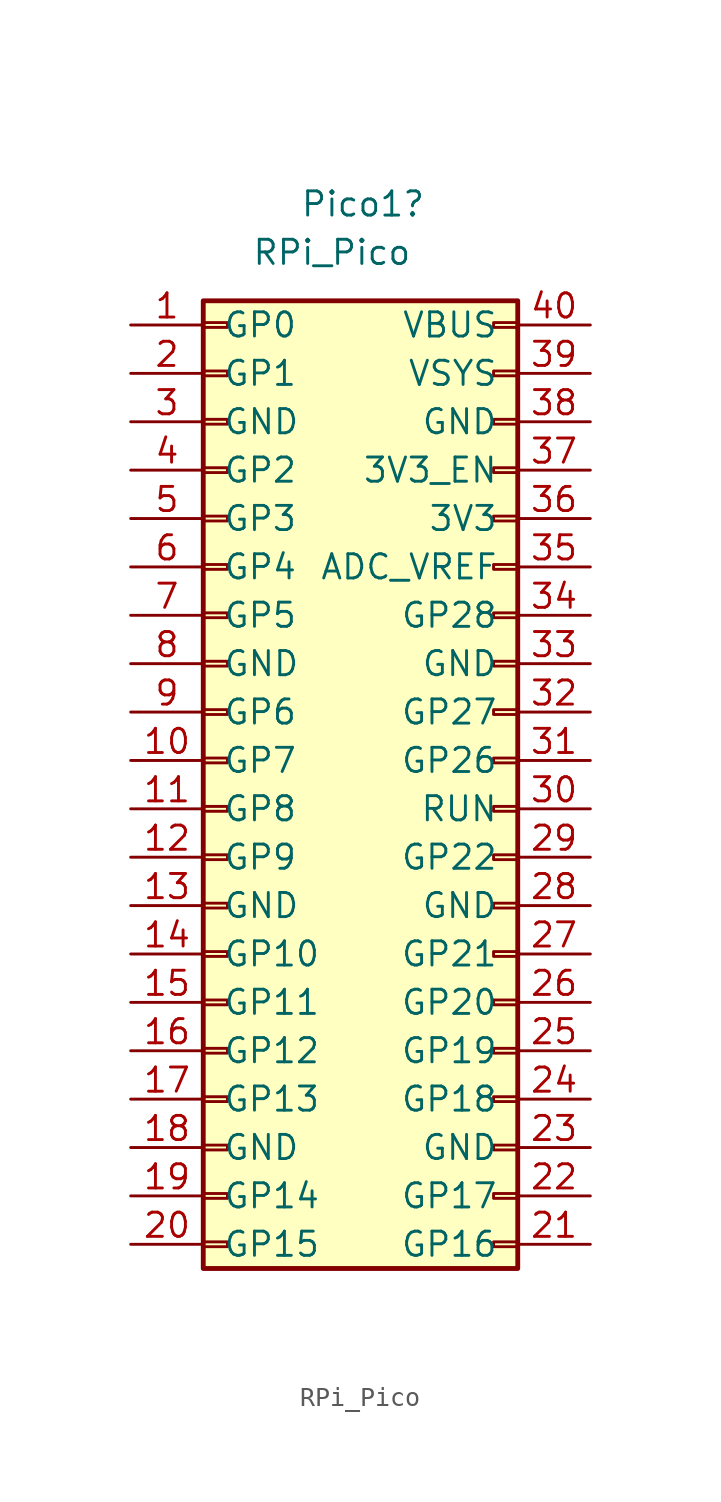
<source format=kicad_sym>
(kicad_symbol_lib
  (version 20211014)
  (generator kicad_symbol_editor)
  (symbol "RPi_Pico"
    (pin_names
      (offset 1.016))
    (property "Reference" "Pico1"
      (at -2.54 29.21 0)
      (effects (font (size 1.27 1.27)) (justify left)))
    (property "Value" "RPi_Pico"
      (at -5.08 26.67 0)
      (effects (font (size 1.27 1.27)) (justify left)))
    (symbol "RPi_Pico_1_1"
      (rectangle (start -7.62 -25.273) (end -6.35 -25.527) (stroke (width 0.152) (type default) (color 0 0 0 0)) (fill (type none)))
      (rectangle (start -7.62 -22.733) (end -6.35 -22.987) (stroke (width 0.152) (type default) (color 0 0 0 0)) (fill (type none)))
      (rectangle (start -7.62 -20.193) (end -6.35 -20.447) (stroke (width 0.152) (type default) (color 0 0 0 0)) (fill (type none)))
      (rectangle (start -7.62 -17.653) (end -6.35 -17.907) (stroke (width 0.152) (type default) (color 0 0 0 0)) (fill (type none)))
      (rectangle (start -7.62 -15.113) (end -6.35 -15.367) (stroke (width 0.152) (type default) (color 0 0 0 0)) (fill (type none)))
      (rectangle (start -7.62 -12.573) (end -6.35 -12.827) (stroke (width 0.152) (type default) (color 0 0 0 0)) (fill (type none)))
      (rectangle (start -7.62 -10.033) (end -6.35 -10.287) (stroke (width 0.152) (type default) (color 0 0 0 0)) (fill (type none)))
      (rectangle (start -7.62 -7.493) (end -6.35 -7.747) (stroke (width 0.152) (type default) (color 0 0 0 0)) (fill (type none)))
      (rectangle (start -7.62 -4.953) (end -6.35 -5.207) (stroke (width 0.152) (type default) (color 0 0 0 0)) (fill (type none)))
      (rectangle (start -7.62 -2.413) (end -6.35 -2.667) (stroke (width 0.152) (type default) (color 0 0 0 0)) (fill (type none)))
      (rectangle (start -7.62 0.127) (end -6.35 -0.127) (stroke (width 0.152) (type default) (color 0 0 0 0)) (fill (type none)))
      (rectangle (start -7.62 2.667) (end -6.35 2.413) (stroke (width 0.152) (type default) (color 0 0 0 0)) (fill (type none)))
      (rectangle (start -7.62 5.207) (end -6.35 4.953) (stroke (width 0.152) (type default) (color 0 0 0 0)) (fill (type none)))
      (rectangle (start -7.62 7.747) (end -6.35 7.493) (stroke (width 0.152) (type default) (color 0 0 0 0)) (fill (type none)))
      (rectangle (start -7.62 10.287) (end -6.35 10.033) (stroke (width 0.152) (type default) (color 0 0 0 0)) (fill (type none)))
      (rectangle (start -7.62 12.827) (end -6.35 12.573) (stroke (width 0.152) (type default) (color 0 0 0 0)) (fill (type none)))
      (rectangle (start -7.62 15.367) (end -6.35 15.113) (stroke (width 0.152) (type default) (color 0 0 0 0)) (fill (type none)))
      (rectangle (start -7.62 17.907) (end -6.35 17.653) (stroke (width 0.152) (type default) (color 0 0 0 0)) (fill (type none)))
      (rectangle (start -7.62 20.447) (end -6.35 20.193) (stroke (width 0.152) (type default) (color 0 0 0 0)) (fill (type none)))
      (rectangle (start -7.62 22.987) (end -6.35 22.733) (stroke (width 0.152) (type default) (color 0 0 0 0)) (fill (type none)))
      (rectangle (start -7.62 24.13) (end 8.89 -26.67) (stroke (width 0.254) (type default) (color 0 0 0 0)) (fill (type background)))
      (rectangle (start 7.62 -25.527) (end 8.89 -25.273) (stroke (width 0.152) (type default) (color 0 0 0 0)) (fill (type none)))
      (rectangle (start 7.62 -22.987) (end 8.89 -22.733) (stroke (width 0.152) (type default) (color 0 0 0 0)) (fill (type none)))
      (rectangle (start 7.62 -20.447) (end 8.89 -20.193) (stroke (width 0.152) (type default) (color 0 0 0 0)) (fill (type none)))
      (rectangle (start 7.62 -17.907) (end 8.89 -17.653) (stroke (width 0.152) (type default) (color 0 0 0 0)) (fill (type none)))
      (rectangle (start 7.62 -15.367) (end 8.89 -15.113) (stroke (width 0.152) (type default) (color 0 0 0 0)) (fill (type none)))
      (rectangle (start 7.62 -12.827) (end 8.89 -12.573) (stroke (width 0.152) (type default) (color 0 0 0 0)) (fill (type none)))
      (rectangle (start 7.62 -10.287) (end 8.89 -10.033) (stroke (width 0.152) (type default) (color 0 0 0 0)) (fill (type none)))
      (rectangle (start 7.62 -7.747) (end 8.89 -7.493) (stroke (width 0.152) (type default) (color 0 0 0 0)) (fill (type none)))
      (rectangle (start 7.62 -5.207) (end 8.89 -4.953) (stroke (width 0.152) (type default) (color 0 0 0 0)) (fill (type none)))
      (rectangle (start 7.62 -2.667) (end 8.89 -2.413) (stroke (width 0.152) (type default) (color 0 0 0 0)) (fill (type none)))
      (rectangle (start 7.62 -0.127) (end 8.89 0.127) (stroke (width 0.152) (type default) (color 0 0 0 0)) (fill (type none)))
      (rectangle (start 7.62 2.413) (end 8.89 2.667) (stroke (width 0.152) (type default) (color 0 0 0 0)) (fill (type none)))
      (rectangle (start 7.62 4.953) (end 8.89 5.207) (stroke (width 0.152) (type default) (color 0 0 0 0)) (fill (type none)))
      (rectangle (start 7.62 7.493) (end 8.89 7.747) (stroke (width 0.152) (type default) (color 0 0 0 0)) (fill (type none)))
      (rectangle (start 7.62 10.033) (end 8.89 10.287) (stroke (width 0.152) (type default) (color 0 0 0 0)) (fill (type none)))
      (rectangle (start 7.62 12.573) (end 8.89 12.827) (stroke (width 0.152) (type default) (color 0 0 0 0)) (fill (type none)))
      (rectangle (start 7.62 15.113) (end 8.89 15.367) (stroke (width 0.152) (type default) (color 0 0 0 0)) (fill (type none)))
      (rectangle (start 7.62 17.653) (end 8.89 17.907) (stroke (width 0.152) (type default) (color 0 0 0 0)) (fill (type none)))
      (rectangle (start 7.62 20.193) (end 8.89 20.447) (stroke (width 0.152) (type default) (color 0 0 0 0)) (fill (type none)))
      (rectangle (start 7.62 22.733) (end 8.89 22.987) (stroke (width 0.152) (type default) (color 0 0 0 0)) (fill (type none)))
      (pin passive line (at -11.43 22.86 0) (length 3.81) (name "GP0" (effects (font (size 1.27 1.27)))) (number "1" (effects (font (size 1.27 1.27)))))
      (pin passive line (at -11.43 0 0) (length 3.81) (name "GP7" (effects (font (size 1.27 1.27)))) (number "10" (effects (font (size 1.27 1.27)))))
      (pin passive line (at -11.43 -2.54 0) (length 3.81) (name "GP8" (effects (font (size 1.27 1.27)))) (number "11" (effects (font (size 1.27 1.27)))))
      (pin passive line (at -11.43 -5.08 0) (length 3.81) (name "GP9" (effects (font (size 1.27 1.27)))) (number "12" (effects (font (size 1.27 1.27)))))
      (pin passive line (at -11.43 -7.62 0) (length 3.81) (name "GND" (effects (font (size 1.27 1.27)))) (number "13" (effects (font (size 1.27 1.27)))))
      (pin passive line (at -11.43 -10.16 0) (length 3.81) (name "GP10" (effects (font (size 1.27 1.27)))) (number "14" (effects (font (size 1.27 1.27)))))
      (pin passive line (at -11.43 -12.7 0) (length 3.81) (name "GP11" (effects (font (size 1.27 1.27)))) (number "15" (effects (font (size 1.27 1.27)))))
      (pin passive line (at -11.43 -15.24 0) (length 3.81) (name "GP12" (effects (font (size 1.27 1.27)))) (number "16" (effects (font (size 1.27 1.27)))))
      (pin passive line (at -11.43 -17.78 0) (length 3.81) (name "GP13" (effects (font (size 1.27 1.27)))) (number "17" (effects (font (size 1.27 1.27)))))
      (pin passive line (at -11.43 -20.32 0) (length 3.81) (name "GND" (effects (font (size 1.27 1.27)))) (number "18" (effects (font (size 1.27 1.27)))))
      (pin passive line (at -11.43 -22.86 0) (length 3.81) (name "GP14" (effects (font (size 1.27 1.27)))) (number "19" (effects (font (size 1.27 1.27)))))
      (pin passive line (at -11.43 20.32 0) (length 3.81) (name "GP1" (effects (font (size 1.27 1.27)))) (number "2" (effects (font (size 1.27 1.27)))))
      (pin passive line (at -11.43 -25.4 0) (length 3.81) (name "GP15" (effects (font (size 1.27 1.27)))) (number "20" (effects (font (size 1.27 1.27)))))
      (pin passive line (at 12.7 -25.4 180) (length 3.81) (name "GP16" (effects (font (size 1.27 1.27)))) (number "21" (effects (font (size 1.27 1.27)))))
      (pin passive line (at 12.7 -22.86 180) (length 3.81) (name "GP17" (effects (font (size 1.27 1.27)))) (number "22" (effects (font (size 1.27 1.27)))))
      (pin passive line (at 12.7 -20.32 180) (length 3.81) (name "GND" (effects (font (size 1.27 1.27)))) (number "23" (effects (font (size 1.27 1.27)))))
      (pin passive line (at 12.7 -17.78 180) (length 3.81) (name "GP18" (effects (font (size 1.27 1.27)))) (number "24" (effects (font (size 1.27 1.27)))))
      (pin passive line (at 12.7 -15.24 180) (length 3.81) (name "GP19" (effects (font (size 1.27 1.27)))) (number "25" (effects (font (size 1.27 1.27)))))
      (pin passive line (at 12.7 -12.7 180) (length 3.81) (name "GP20" (effects (font (size 1.27 1.27)))) (number "26" (effects (font (size 1.27 1.27)))))
      (pin passive line (at 12.7 -10.16 180) (length 3.81) (name "GP21" (effects (font (size 1.27 1.27)))) (number "27" (effects (font (size 1.27 1.27)))))
      (pin passive line (at 12.7 -7.62 180) (length 3.81) (name "GND" (effects (font (size 1.27 1.27)))) (number "28" (effects (font (size 1.27 1.27)))))
      (pin passive line (at 12.7 -5.08 180) (length 3.81) (name "GP22" (effects (font (size 1.27 1.27)))) (number "29" (effects (font (size 1.27 1.27)))))
      (pin passive line (at -11.43 17.78 0) (length 3.81) (name "GND" (effects (font (size 1.27 1.27)))) (number "3" (effects (font (size 1.27 1.27)))))
      (pin passive line (at 12.7 -2.54 180) (length 3.81) (name "RUN" (effects (font (size 1.27 1.27)))) (number "30" (effects (font (size 1.27 1.27)))))
      (pin passive line (at 12.7 0 180) (length 3.81) (name "GP26" (effects (font (size 1.27 1.27)))) (number "31" (effects (font (size 1.27 1.27)))))
      (pin passive line (at 12.7 2.54 180) (length 3.81) (name "GP27" (effects (font (size 1.27 1.27)))) (number "32" (effects (font (size 1.27 1.27)))))
      (pin passive line (at 12.7 5.08 180) (length 3.81) (name "GND" (effects (font (size 1.27 1.27)))) (number "33" (effects (font (size 1.27 1.27)))))
      (pin passive line (at 12.7 7.62 180) (length 3.81) (name "GP28" (effects (font (size 1.27 1.27)))) (number "34" (effects (font (size 1.27 1.27)))))
      (pin passive line (at 12.7 10.16 180) (length 3.81) (name "ADC_VREF" (effects (font (size 1.27 1.27)))) (number "35" (effects (font (size 1.27 1.27)))))
      (pin passive line (at 12.7 12.7 180) (length 3.81) (name "3V3" (effects (font (size 1.27 1.27)))) (number "36" (effects (font (size 1.27 1.27)))))
      (pin passive line (at 12.7 15.24 180) (length 3.81) (name "3V3_EN" (effects (font (size 1.27 1.27)))) (number "37" (effects (font (size 1.27 1.27)))))
      (pin passive line (at 12.7 17.78 180) (length 3.81) (name "GND" (effects (font (size 1.27 1.27)))) (number "38" (effects (font (size 1.27 1.27)))))
      (pin passive line (at 12.7 20.32 180) (length 3.81) (name "VSYS" (effects (font (size 1.27 1.27)))) (number "39" (effects (font (size 1.27 1.27)))))
      (pin passive line (at -11.43 15.24 0) (length 3.81) (name "GP2" (effects (font (size 1.27 1.27)))) (number "4" (effects (font (size 1.27 1.27)))))
      (pin passive line (at 12.7 22.86 180) (length 3.81) (name "VBUS" (effects (font (size 1.27 1.27)))) (number "40" (effects (font (size 1.27 1.27)))))
      (pin passive line (at -11.43 12.7 0) (length 3.81) (name "GP3" (effects (font (size 1.27 1.27)))) (number "5" (effects (font (size 1.27 1.27)))))
      (pin passive line (at -11.43 10.16 0) (length 3.81) (name "GP4" (effects (font (size 1.27 1.27)))) (number "6" (effects (font (size 1.27 1.27)))))
      (pin passive line (at -11.43 7.62 0) (length 3.81) (name "GP5" (effects (font (size 1.27 1.27)))) (number "7" (effects (font (size 1.27 1.27)))))
      (pin passive line (at -11.43 5.08 0) (length 3.81) (name "GND" (effects (font (size 1.27 1.27)))) (number "8" (effects (font (size 1.27 1.27)))))
      (pin passive line (at -11.43 2.54 0) (length 3.81) (name "GP6" (effects (font (size 1.27 1.27)))) (number "9" (effects (font (size 1.27 1.27))))))))
</source>
